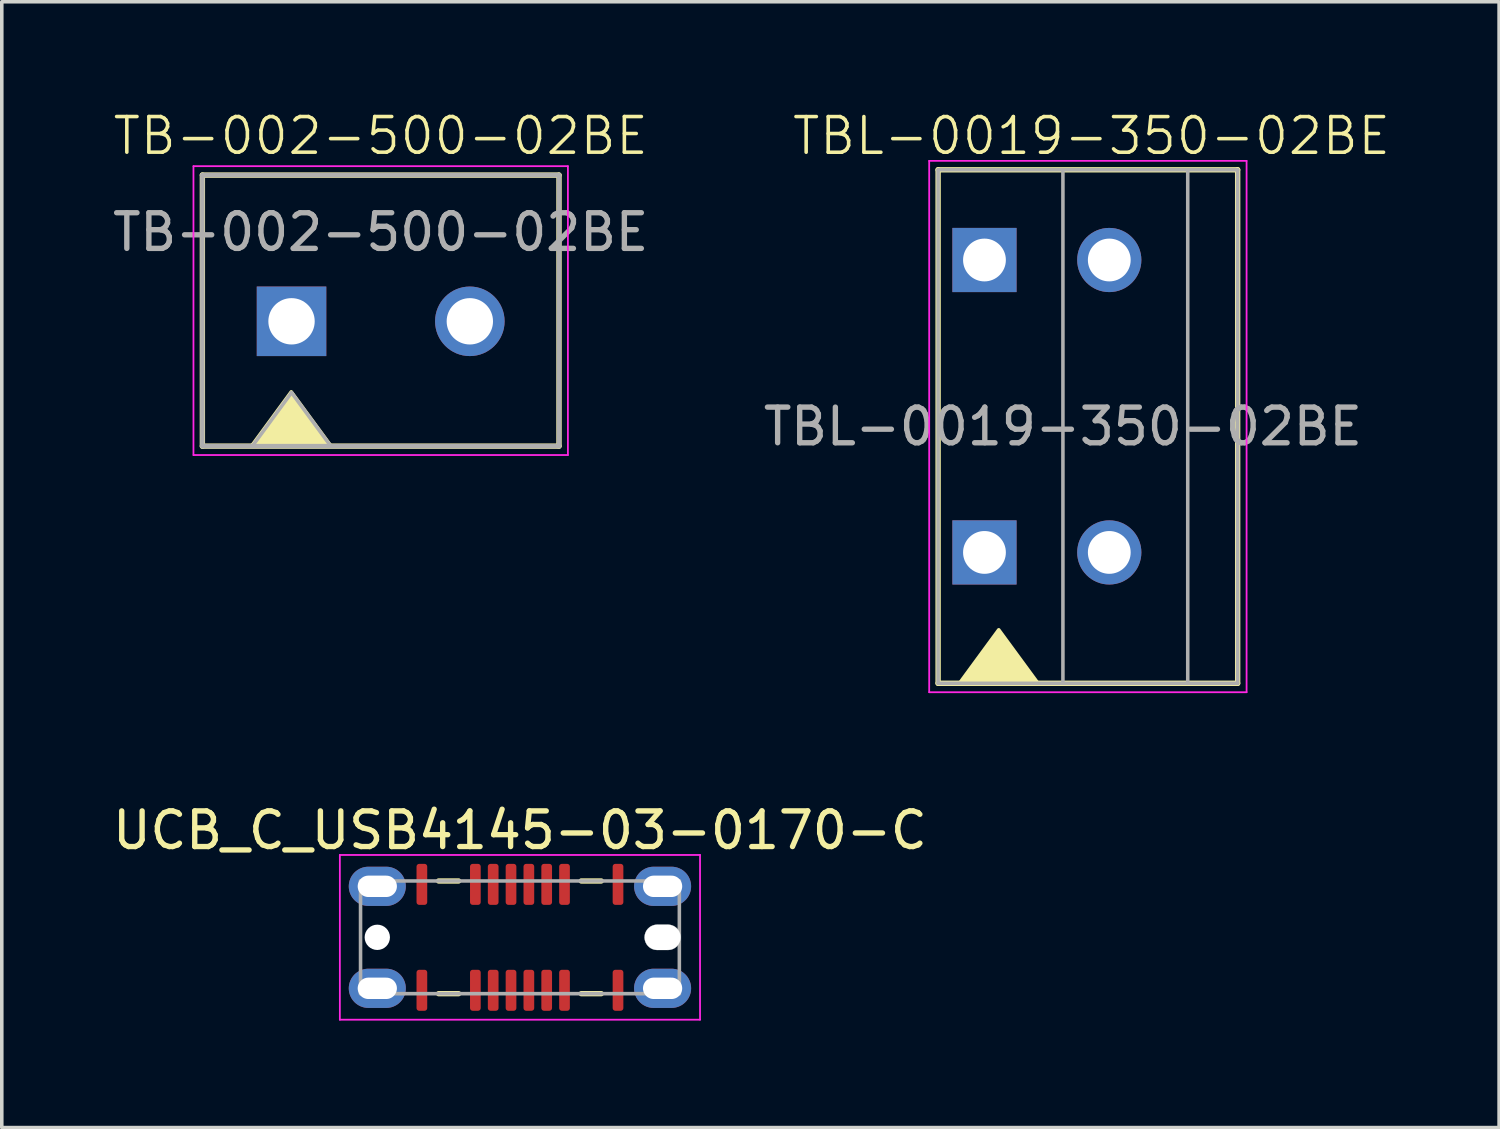
<source format=kicad_pcb>
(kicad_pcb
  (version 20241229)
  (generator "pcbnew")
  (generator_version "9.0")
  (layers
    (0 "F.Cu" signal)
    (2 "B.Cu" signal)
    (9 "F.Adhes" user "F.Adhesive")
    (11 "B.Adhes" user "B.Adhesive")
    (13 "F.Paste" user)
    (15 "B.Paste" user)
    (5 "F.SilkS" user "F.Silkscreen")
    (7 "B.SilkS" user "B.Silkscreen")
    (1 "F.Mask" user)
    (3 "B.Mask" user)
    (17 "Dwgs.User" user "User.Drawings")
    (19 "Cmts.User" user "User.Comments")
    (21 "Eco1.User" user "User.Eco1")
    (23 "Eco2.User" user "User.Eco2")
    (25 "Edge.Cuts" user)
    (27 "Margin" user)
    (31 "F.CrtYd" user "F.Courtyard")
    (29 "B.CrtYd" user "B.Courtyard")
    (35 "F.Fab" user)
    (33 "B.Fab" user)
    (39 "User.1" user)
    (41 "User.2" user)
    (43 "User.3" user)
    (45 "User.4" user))
  (footprint "TB-002-500-02BE"
    (layer "F.Cu")
    (at 7.625 5.96)
    (property "Reference" "TB-002-500-02BE" (at 0 -5.2 0) (unlocked yes) (layer "F.SilkS") (effects (font (size 1 1) (thickness 0.1))))
    (attr through_hole)
    (fp_line (start -5 -4.1) (end 5 -4.1) (stroke (width 0.15) (type solid)) (layer "F.SilkS"))
    (fp_line (start -5 3.5) (end -5 -4.1) (stroke (width 0.15) (type solid)) (layer "F.SilkS"))
    (fp_line (start 5 -4.1) (end 5 3.5) (stroke (width 0.15) (type solid)) (layer "F.SilkS"))
    (fp_line (start 5 3.5) (end -5 3.5) (stroke (width 0.15) (type solid)) (layer "F.SilkS"))
    (fp_poly (pts (xy -2.508 1.979) (xy -1.408 3.479) (xy -3.608 3.479)) (stroke (width 0.1) (type solid)) (fill yes) (layer "F.SilkS"))
    (fp_line (start -5.25 -4.35) (end 5.25 -4.35) (stroke (width 0.05) (type solid)) (layer "F.CrtYd"))
    (fp_line (start -5.25 3.75) (end -5.25 -4.35) (stroke (width 0.05) (type solid)) (layer "F.CrtYd"))
    (fp_line (start 5.25 -4.35) (end 5.25 3.75) (stroke (width 0.05) (type solid)) (layer "F.CrtYd"))
    (fp_line (start 5.25 3.75) (end -5.25 3.75) (stroke (width 0.05) (type solid)) (layer "F.CrtYd"))
    (fp_line (start -5 -4.1) (end 5 -4.1) (stroke (width 0.127) (type solid)) (layer "F.Fab"))
    (fp_line (start -5 3.5) (end -5 -4.1) (stroke (width 0.127) (type solid)) (layer "F.Fab"))
    (fp_line (start -2.5 2) (end -3.6 3.5) (stroke (width 0.1) (type default)) (layer "F.Fab"))
    (fp_line (start -2.5 2) (end -1.4 3.5) (stroke (width 0.1) (type default)) (layer "F.Fab"))
    (fp_line (start 5 -4.1) (end 5 3.5) (stroke (width 0.127) (type solid)) (layer "F.Fab"))
    (fp_line (start 5 3.5) (end -5 3.5) (stroke (width 0.127) (type solid)) (layer "F.Fab"))
    (fp_text user "${REFERENCE}" (at 0 -2.5 0) (unlocked yes) (layer "F.Fab") (effects (font (size 1 1) (thickness 0.15))))
    (pad "1" thru_hole rect (at -2.5 0) (size 1.95 1.95) (drill 1.3) (layers "*.Cu" "*.Mask"))
    (pad "2" thru_hole circle (at 2.5 0) (size 1.95 1.95) (drill 1.3) (layers "*.Cu" "*.Mask")))
  (footprint "UCB_C_USB4145-03-0170-C"
    (layer "F.Cu")
    (at 11.53 23.234)
    (property "Reference" "UCB_C_USB4145-03-0170-C" (at 0 -3 0) (layer "F.SilkS") (effects (font (size 1 1) (thickness 0.15))))
    (attr smd)
    (fp_line (start -2.28 -1.58) (end -1.72 -1.58) (stroke (width 0.15) (type solid)) (layer "F.SilkS"))
    (fp_line (start -2.28 1.58) (end -1.72 1.58) (stroke (width 0.15) (type solid)) (layer "F.SilkS"))
    (fp_line (start 1.72 -1.58) (end 2.28 -1.58) (stroke (width 0.15) (type solid)) (layer "F.SilkS"))
    (fp_line (start 1.72 1.58) (end 2.28 1.58) (stroke (width 0.15) (type solid)) (layer "F.SilkS"))
    (fp_line (start 3.85 -0.355) (end 4.15 -0.355) (stroke (width 0.01) (type solid)) (layer "Edge.Cuts"))
    (fp_line (start 4.15 0.355) (end 3.85 0.355) (stroke (width 0.01) (type solid)) (layer "Edge.Cuts"))
    (fp_arc (start 3.495 0) (mid 3.598977 -0.251023) (end 3.85 -0.355) (stroke (width 0.01) (type solid)) (layer "Edge.Cuts"))
    (fp_arc (start 3.85 0.355) (mid 3.598977 0.251023) (end 3.495 0) (stroke (width 0.01) (type solid)) (layer "Edge.Cuts"))
    (fp_arc (start 4.15 -0.355) (mid 4.401023 -0.251023) (end 4.505 0) (stroke (width 0.01) (type solid)) (layer "Edge.Cuts"))
    (fp_arc (start 4.505 0) (mid 4.401023 0.251023) (end 4.15 0.355) (stroke (width 0.01) (type solid)) (layer "Edge.Cuts"))
    (fp_line (start -5.05 -2.31) (end -5.05 2.31) (stroke (width 0.05) (type solid)) (layer "F.CrtYd"))
    (fp_line (start -5.05 2.31) (end 5.05 2.31) (stroke (width 0.05) (type solid)) (layer "F.CrtYd"))
    (fp_line (start 5.05 -2.31) (end -5.05 -2.31) (stroke (width 0.05) (type solid)) (layer "F.CrtYd"))
    (fp_line (start 5.05 2.31) (end 5.05 -2.31) (stroke (width 0.05) (type solid)) (layer "F.CrtYd"))
    (fp_line (start -4.47 -1.58) (end 4.47 -1.58) (stroke (width 0.1) (type solid)) (layer "F.Fab"))
    (fp_line (start -4.47 1.58) (end -4.47 -1.58) (stroke (width 0.1) (type solid)) (layer "F.Fab"))
    (fp_line (start 4.47 -1.58) (end 4.47 1.58) (stroke (width 0.1) (type solid)) (layer "F.Fab"))
    (fp_line (start 4.47 1.58) (end -4.47 1.58) (stroke (width 0.1) (type solid)) (layer "F.Fab"))
    (pad "" np_thru_hole circle (at -4 0) (size 0.71 0.71) (drill 0.71) (layers "*.Cu" "*.Mask"))
    (pad "" np_thru_hole oval (at 4 0) (size 1.01 0.71) (drill oval 1.01 0.71) (layers "*.Cu" "*.Mask"))
    (pad "A1" smd roundrect (at -2.75 -1.485) (size 0.3 1.15) (layers "F.Cu" "F.Mask" "F.Paste") (roundrect_rratio 0.25))
    (pad "A4" smd roundrect (at -1.25 -1.485) (size 0.3 1.15) (layers "F.Cu" "F.Mask" "F.Paste") (roundrect_rratio 0.25))
    (pad "A5" smd roundrect (at -0.75 -1.485) (size 0.3 1.15) (layers "F.Cu" "F.Mask" "F.Paste") (roundrect_rratio 0.25))
    (pad "A6" smd roundrect (at -0.25 -1.485) (size 0.3 1.15) (layers "F.Cu" "F.Mask" "F.Paste") (roundrect_rratio 0.25))
    (pad "A7" smd roundrect (at 0.25 -1.485) (size 0.3 1.15) (layers "F.Cu" "F.Mask" "F.Paste") (roundrect_rratio 0.25))
    (pad "A8" smd roundrect (at 0.75 -1.485) (size 0.3 1.15) (layers "F.Cu" "F.Mask" "F.Paste") (roundrect_rratio 0.25))
    (pad "A9" smd roundrect (at 1.25 -1.485) (size 0.3 1.15) (layers "F.Cu" "F.Mask" "F.Paste") (roundrect_rratio 0.25))
    (pad "A12" smd roundrect (at 2.75 -1.485) (size 0.3 1.15) (layers "F.Cu" "F.Mask" "F.Paste") (roundrect_rratio 0.25))
    (pad "B1" smd roundrect (at 2.75 1.485) (size 0.3 1.15) (layers "F.Cu" "F.Mask" "F.Paste") (roundrect_rratio 0.25))
    (pad "B4" smd roundrect (at 1.25 1.485) (size 0.3 1.15) (layers "F.Cu" "F.Mask" "F.Paste") (roundrect_rratio 0.25))
    (pad "B5" smd roundrect (at 0.75 1.485) (size 0.3 1.15) (layers "F.Cu" "F.Mask" "F.Paste") (roundrect_rratio 0.25))
    (pad "B6" smd roundrect (at 0.25 1.485) (size 0.3 1.15) (layers "F.Cu" "F.Mask" "F.Paste") (roundrect_rratio 0.25))
    (pad "B7" smd roundrect (at -0.25 1.485) (size 0.3 1.15) (layers "F.Cu" "F.Mask" "F.Paste") (roundrect_rratio 0.25))
    (pad "B8" smd roundrect (at -0.75 1.485) (size 0.3 1.15) (layers "F.Cu" "F.Mask" "F.Paste") (roundrect_rratio 0.25))
    (pad "B9" smd roundrect (at -1.25 1.485) (size 0.3 1.15) (layers "F.Cu" "F.Mask" "F.Paste") (roundrect_rratio 0.25))
    (pad "B12" smd roundrect (at -2.75 1.485) (size 0.3 1.15) (layers "F.Cu" "F.Mask" "F.Paste") (roundrect_rratio 0.25))
    (pad "S" thru_hole oval (at -4 -1.43) (size 1.6 1.1) (drill oval 1.1 0.6) (layers "*.Cu" "*.Mask" "F.Paste"))
    (pad "S" thru_hole oval (at -4 1.43) (size 1.6 1.1) (drill oval 1.1 0.6) (layers "*.Cu" "*.Mask" "F.Paste"))
    (pad "S" thru_hole oval (at 4 -1.43) (size 1.6 1.1) (drill oval 1.1 0.6) (layers "*.Cu" "*.Mask" "F.Paste"))
    (pad "S" thru_hole oval (at 4 1.43) (size 1.6 1.1) (drill oval 1.1 0.6) (layers "*.Cu" "*.Mask" "F.Paste")))
  (footprint "TBL-0019-350-02BE"
    (layer "F.Cu")
    (at 26.756 8.911)
    (property "Reference" "TBL-0019-350-02BE" (at 0.8 -8.15 0) (unlocked yes) (layer "F.SilkS") (effects (font (size 1 1) (thickness 0.1))))
    (attr through_hole)
    (fp_line (start -3.5 -7.2) (end -3.5 7.2) (stroke (width 0.15) (type solid)) (layer "F.SilkS"))
    (fp_line (start -3.5 7.2) (end 4.9 7.2) (stroke (width 0.15) (type solid)) (layer "F.SilkS"))
    (fp_line (start 4.9 -7.2) (end -3.5 -7.2) (stroke (width 0.15) (type solid)) (layer "F.SilkS"))
    (fp_line (start 4.9 7.2) (end 4.9 -7.2) (stroke (width 0.15) (type solid)) (layer "F.SilkS"))
    (fp_poly (pts (xy -1.8 5.7) (xy -0.7 7.2) (xy -2.9 7.2)) (stroke (width 0.1) (type solid)) (fill yes) (layer "F.SilkS"))
    (fp_line (start -3.75 -7.45) (end -3.75 7.45) (stroke (width 0.05) (type solid)) (layer "F.CrtYd"))
    (fp_line (start -3.75 7.45) (end 5.15 7.45) (stroke (width 0.05) (type solid)) (layer "F.CrtYd"))
    (fp_line (start 5.15 -7.45) (end -3.75 -7.45) (stroke (width 0.05) (type solid)) (layer "F.CrtYd"))
    (fp_line (start 5.15 7.45) (end 5.15 -7.45) (stroke (width 0.05) (type solid)) (layer "F.CrtYd"))
    (fp_line (start -3.5 -7.2) (end -3.5 7.2) (stroke (width 0.1) (type solid)) (layer "F.Fab"))
    (fp_line (start -3.5 7.2) (end 4.9 7.2) (stroke (width 0.1) (type solid)) (layer "F.Fab"))
    (fp_line (start 0 -7.2) (end 0 7.2) (stroke (width 0.1) (type default)) (layer "F.Fab"))
    (fp_line (start 3.5 -7.2) (end 3.5 7.2) (stroke (width 0.1) (type default)) (layer "F.Fab"))
    (fp_line (start 4.9 -7.2) (end -3.5 -7.2) (stroke (width 0.1) (type solid)) (layer "F.Fab"))
    (fp_line (start 4.9 7.2) (end 4.9 -7.2) (stroke (width 0.1) (type solid)) (layer "F.Fab"))
    (fp_text user "${REFERENCE}" (at 0 0 0) (unlocked yes) (layer "F.Fab") (effects (font (size 1 1) (thickness 0.15))))
    (pad "1" thru_hole rect (at -2.2 -4.67) (size 1.8 1.8) (drill 1.2) (layers "*.Cu" "*.Mask"))
    (pad "1" thru_hole rect (at -2.2 3.53) (size 1.8 1.8) (drill 1.2) (layers "*.Cu" "*.Mask"))
    (pad "2" thru_hole circle (at 1.3 -4.67) (size 1.8 1.8) (drill 1.2) (layers "*.Cu" "*.Mask"))
    (pad "2" thru_hole circle (at 1.3 3.53) (size 1.8 1.8) (drill 1.2) (layers "*.Cu" "*.Mask")))
  (gr_rect
    (start -3 -3)
    (end 38.987 28.569)
    (stroke (width 0.1) (type default))
    (fill no)
    (layer "Edge.Cuts")))
</source>
